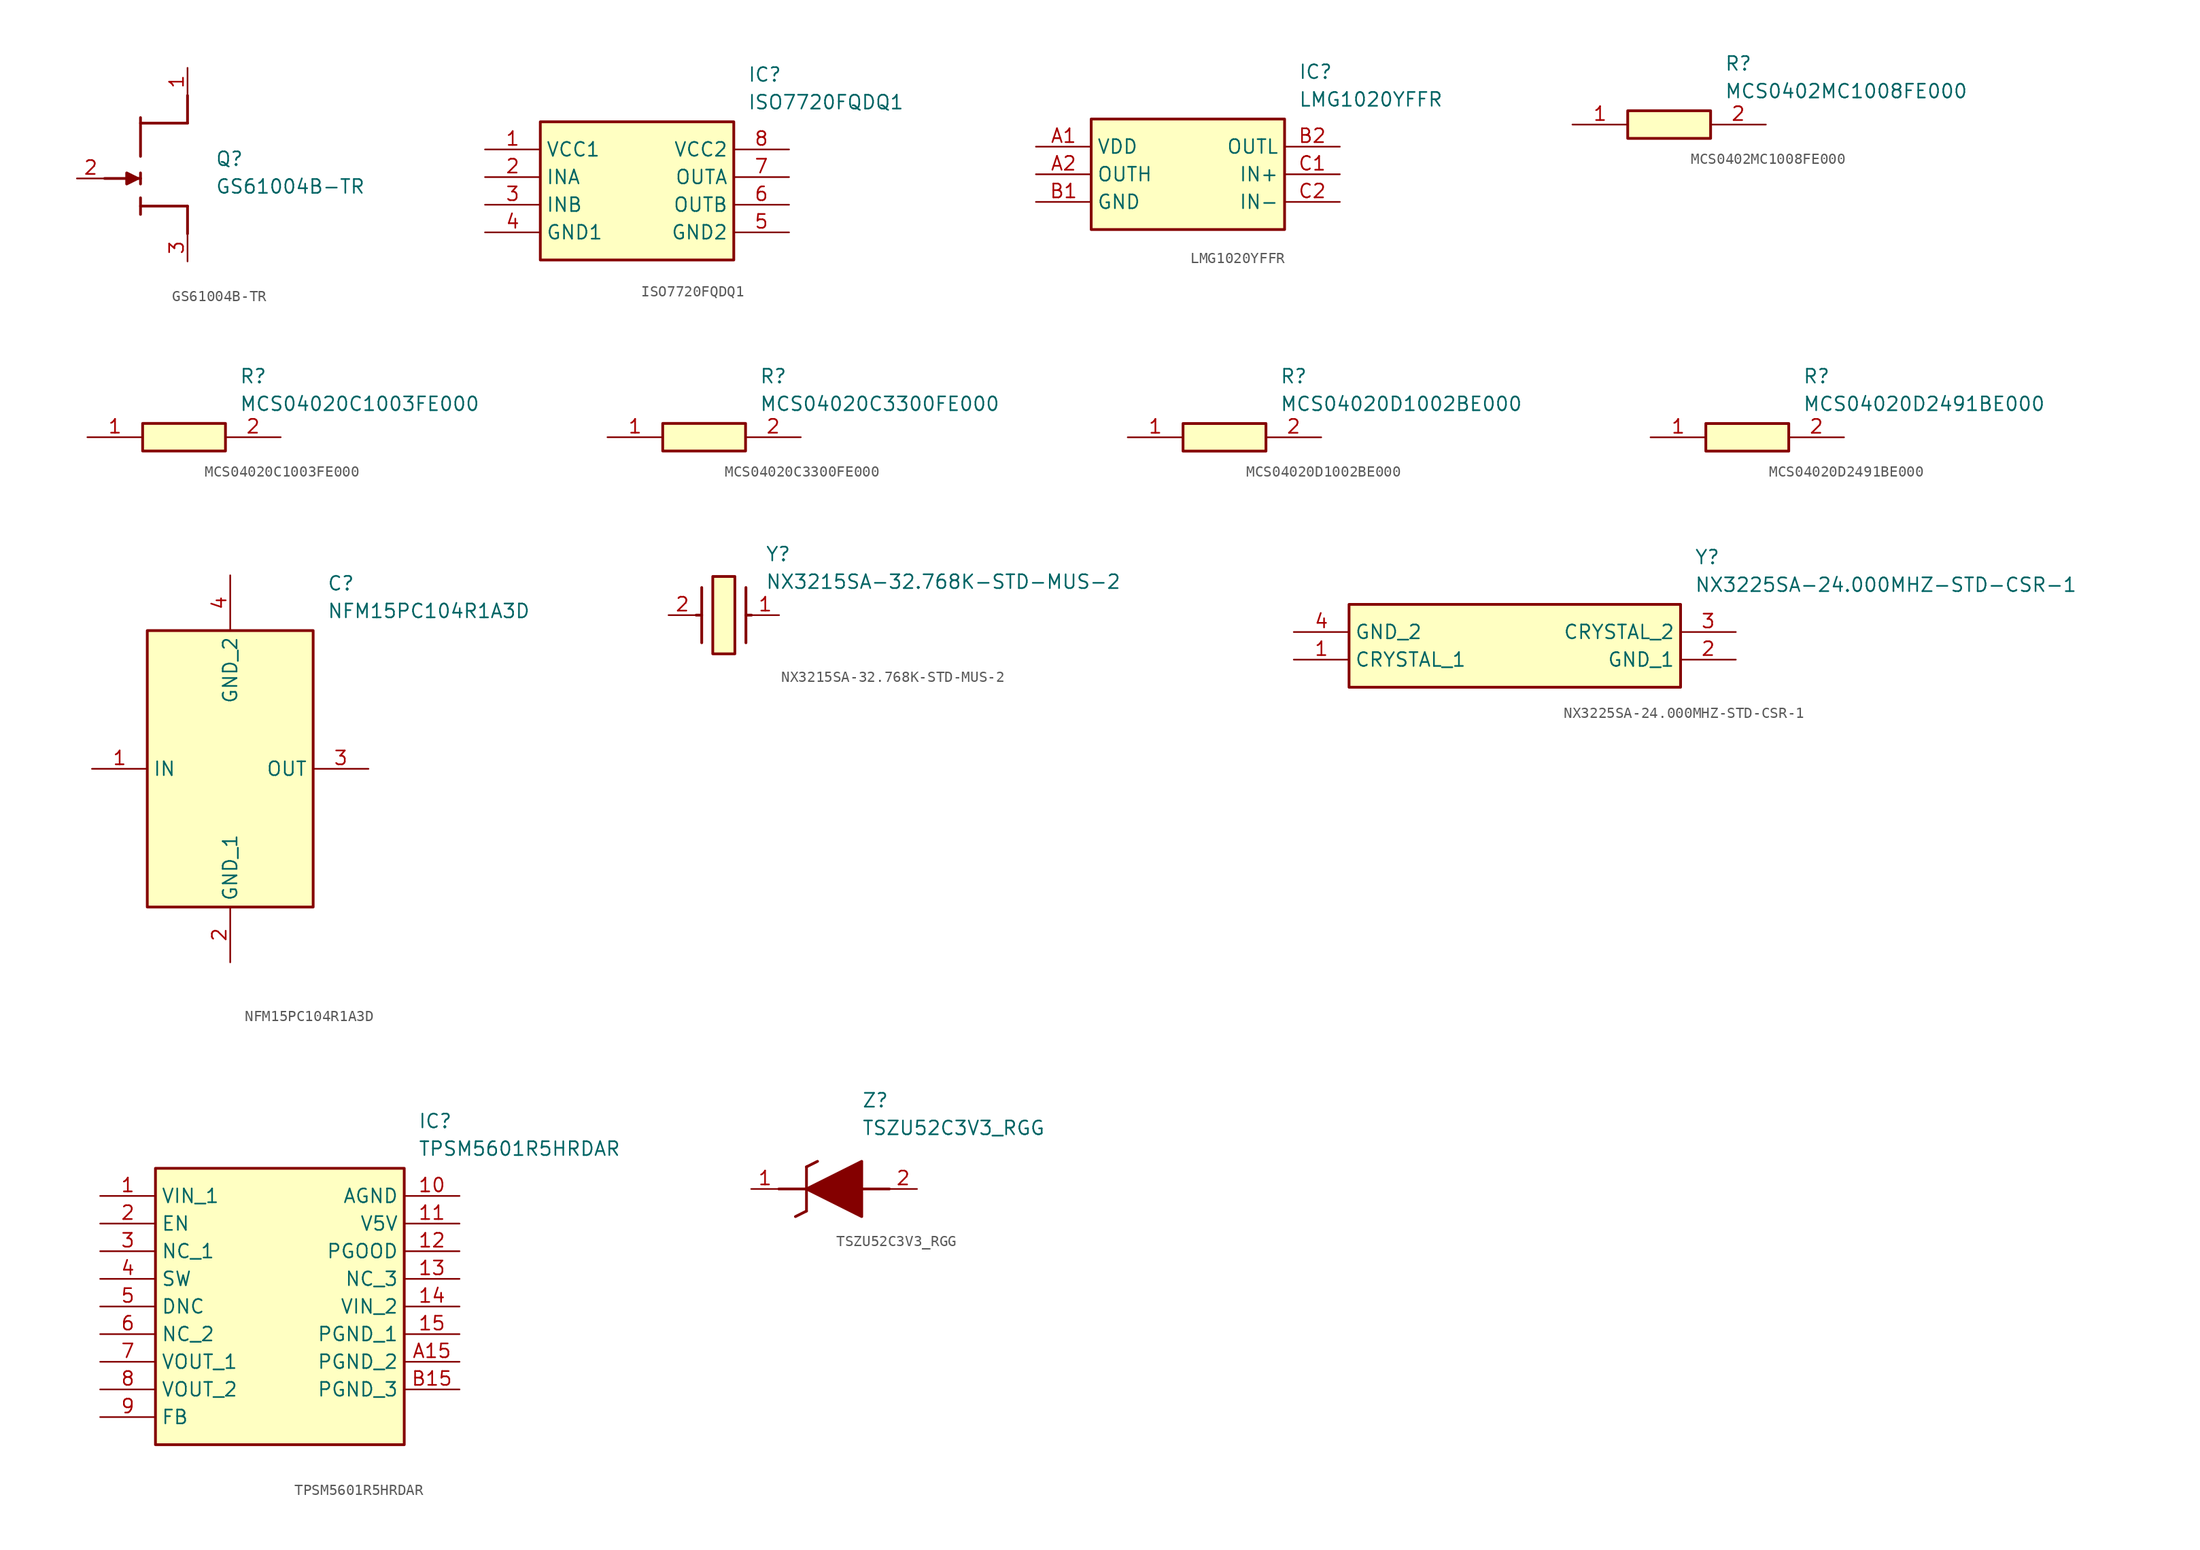
<source format=kicad_sym>
(kicad_symbol_lib
  (version 20220914)
  (generator kicad_symbol_editor)
  (symbol "GS61004B-TR"
    (pin_names hide)
    (property "Reference" "Q"
      (at 10.16 2.54 0)
      (effects (font (size 1.27 1.27)) (justify left top)))
    (property "Value" "GS61004B-TR"
      (at 10.16 0 0)
      (effects (font (size 1.27 1.27)) (justify left top)))
    (symbol "GS61004B-TR_1_1"
      (polyline (pts (xy 0 0) (xy 3.302 0)) (stroke (width 0.254) (type default)) (fill (type none)))
      (polyline (pts (xy 3.302 -3.302) (xy 3.302 -1.778)) (stroke (width 0.254) (type default)) (fill (type none)))
      (polyline (pts (xy 3.302 -2.54) (xy 7.62 -2.54)) (stroke (width 0.254) (type default)) (fill (type none)))
      (polyline (pts (xy 3.302 -0.508) (xy 3.302 0.508)) (stroke (width 0.254) (type default)) (fill (type none)))
      (polyline (pts (xy 3.302 5.588) (xy 3.302 2.032)) (stroke (width 0.254) (type default)) (fill (type none)))
      (polyline (pts (xy 7.62 -2.54) (xy 7.62 -5.08)) (stroke (width 0.254) (type default)) (fill (type none)))
      (polyline (pts (xy 7.62 5.08) (xy 3.302 5.08)) (stroke (width 0.254) (type default)) (fill (type none)))
      (polyline (pts (xy 7.62 5.08) (xy 7.62 7.62)) (stroke (width 0.254) (type default)) (fill (type none)))
      (polyline (pts (xy 3.048 0) (xy 2.032 -0.508) (xy 2.032 0.508) (xy 3.048 0)) (stroke (width 0.254) (type default)) (fill (type outline)))
      (pin passive line (at 7.62 10.16 270) (length 2.54) (name "D" (effects (font (size 1.27 1.27)))) (number "1" (effects (font (size 1.27 1.27)))))
      (pin passive line (at -2.54 0 0) (length 2.54) (name "G" (effects (font (size 1.27 1.27)))) (number "2" (effects (font (size 1.27 1.27)))))
      (pin passive line (at 7.62 -7.62 90) (length 2.54) (name "S" (effects (font (size 1.27 1.27)))) (number "3" (effects (font (size 1.27 1.27)))))))
  (symbol "ISO7720FQDQ1"
    (property "Reference" "IC"
      (at 24.13 7.62 0)
      (effects (font (size 1.27 1.27)) (justify left top)))
    (property "Value" "ISO7720FQDQ1"
      (at 24.13 5.08 0)
      (effects (font (size 1.27 1.27)) (justify left top)))
    (symbol "ISO7720FQDQ1_1_1"
      (rectangle (start 5.08 2.54) (end 22.86 -10.16) (stroke (width 0.254) (type default)) (fill (type background)))
      (pin passive line (at 0 0 0) (length 5.08) (name "VCC1" (effects (font (size 1.27 1.27)))) (number "1" (effects (font (size 1.27 1.27)))))
      (pin passive line (at 0 -2.54 0) (length 5.08) (name "INA" (effects (font (size 1.27 1.27)))) (number "2" (effects (font (size 1.27 1.27)))))
      (pin passive line (at 0 -5.08 0) (length 5.08) (name "INB" (effects (font (size 1.27 1.27)))) (number "3" (effects (font (size 1.27 1.27)))))
      (pin passive line (at 0 -7.62 0) (length 5.08) (name "GND1" (effects (font (size 1.27 1.27)))) (number "4" (effects (font (size 1.27 1.27)))))
      (pin passive line (at 27.94 -7.62 180) (length 5.08) (name "GND2" (effects (font (size 1.27 1.27)))) (number "5" (effects (font (size 1.27 1.27)))))
      (pin passive line (at 27.94 -5.08 180) (length 5.08) (name "OUTB" (effects (font (size 1.27 1.27)))) (number "6" (effects (font (size 1.27 1.27)))))
      (pin passive line (at 27.94 -2.54 180) (length 5.08) (name "OUTA" (effects (font (size 1.27 1.27)))) (number "7" (effects (font (size 1.27 1.27)))))
      (pin passive line (at 27.94 0 180) (length 5.08) (name "VCC2" (effects (font (size 1.27 1.27)))) (number "8" (effects (font (size 1.27 1.27)))))))
  (symbol "LMG1020YFFR"
    (property "Reference" "IC"
      (at 24.13 7.62 0)
      (effects (font (size 1.27 1.27)) (justify left top)))
    (property "Value" "LMG1020YFFR"
      (at 24.13 5.08 0)
      (effects (font (size 1.27 1.27)) (justify left top)))
    (symbol "LMG1020YFFR_1_1"
      (rectangle (start 5.08 2.54) (end 22.86 -7.62) (stroke (width 0.254) (type default)) (fill (type background)))
      (pin passive line (at 0 0 0) (length 5.08) (name "VDD" (effects (font (size 1.27 1.27)))) (number "A1" (effects (font (size 1.27 1.27)))))
      (pin passive line (at 0 -2.54 0) (length 5.08) (name "OUTH" (effects (font (size 1.27 1.27)))) (number "A2" (effects (font (size 1.27 1.27)))))
      (pin passive line (at 0 -5.08 0) (length 5.08) (name "GND" (effects (font (size 1.27 1.27)))) (number "B1" (effects (font (size 1.27 1.27)))))
      (pin passive line (at 27.94 0 180) (length 5.08) (name "OUTL" (effects (font (size 1.27 1.27)))) (number "B2" (effects (font (size 1.27 1.27)))))
      (pin passive line (at 27.94 -2.54 180) (length 5.08) (name "IN+" (effects (font (size 1.27 1.27)))) (number "C1" (effects (font (size 1.27 1.27)))))
      (pin passive line (at 27.94 -5.08 180) (length 5.08) (name "IN-" (effects (font (size 1.27 1.27)))) (number "C2" (effects (font (size 1.27 1.27)))))))
  (symbol "MCS0402MC1008FE000"
    (pin_names hide)
    (property "Reference" "R"
      (at 13.97 6.35 0)
      (effects (font (size 1.27 1.27)) (justify left top)))
    (property "Value" "MCS0402MC1008FE000"
      (at 13.97 3.81 0)
      (effects (font (size 1.27 1.27)) (justify left top)))
    (symbol "MCS0402MC1008FE000_1_1"
      (rectangle (start 5.08 1.27) (end 12.7 -1.27) (stroke (width 0.254) (type default)) (fill (type background)))
      (pin passive line (at 0 0 0) (length 5.08) (name "1" (effects (font (size 1.27 1.27)))) (number "1" (effects (font (size 1.27 1.27)))))
      (pin passive line (at 17.78 0 180) (length 5.08) (name "2" (effects (font (size 1.27 1.27)))) (number "2" (effects (font (size 1.27 1.27)))))))
  (symbol "MCS04020C1003FE000"
    (pin_names hide)
    (property "Reference" "R"
      (at 13.97 6.35 0)
      (effects (font (size 1.27 1.27)) (justify left top)))
    (property "Value" "MCS04020C1003FE000"
      (at 13.97 3.81 0)
      (effects (font (size 1.27 1.27)) (justify left top)))
    (symbol "MCS04020C1003FE000_1_1"
      (rectangle (start 5.08 1.27) (end 12.7 -1.27) (stroke (width 0.254) (type default)) (fill (type background)))
      (pin passive line (at 0 0 0) (length 5.08) (name "1" (effects (font (size 1.27 1.27)))) (number "1" (effects (font (size 1.27 1.27)))))
      (pin passive line (at 17.78 0 180) (length 5.08) (name "2" (effects (font (size 1.27 1.27)))) (number "2" (effects (font (size 1.27 1.27)))))))
  (symbol "MCS04020C3300FE000"
    (pin_names hide)
    (property "Reference" "R"
      (at 13.97 6.35 0)
      (effects (font (size 1.27 1.27)) (justify left top)))
    (property "Value" "MCS04020C3300FE000"
      (at 13.97 3.81 0)
      (effects (font (size 1.27 1.27)) (justify left top)))
    (symbol "MCS04020C3300FE000_1_1"
      (rectangle (start 5.08 1.27) (end 12.7 -1.27) (stroke (width 0.254) (type default)) (fill (type background)))
      (pin passive line (at 0 0 0) (length 5.08) (name "1" (effects (font (size 1.27 1.27)))) (number "1" (effects (font (size 1.27 1.27)))))
      (pin passive line (at 17.78 0 180) (length 5.08) (name "2" (effects (font (size 1.27 1.27)))) (number "2" (effects (font (size 1.27 1.27)))))))
  (symbol "MCS04020D1002BE000"
    (pin_names hide)
    (property "Reference" "R"
      (at 13.97 6.35 0)
      (effects (font (size 1.27 1.27)) (justify left top)))
    (property "Value" "MCS04020D1002BE000"
      (at 13.97 3.81 0)
      (effects (font (size 1.27 1.27)) (justify left top)))
    (symbol "MCS04020D1002BE000_1_1"
      (rectangle (start 5.08 1.27) (end 12.7 -1.27) (stroke (width 0.254) (type default)) (fill (type background)))
      (pin passive line (at 0 0 0) (length 5.08) (name "1" (effects (font (size 1.27 1.27)))) (number "1" (effects (font (size 1.27 1.27)))))
      (pin passive line (at 17.78 0 180) (length 5.08) (name "2" (effects (font (size 1.27 1.27)))) (number "2" (effects (font (size 1.27 1.27)))))))
  (symbol "MCS04020D2491BE000"
    (pin_names hide)
    (property "Reference" "R"
      (at 13.97 6.35 0)
      (effects (font (size 1.27 1.27)) (justify left top)))
    (property "Value" "MCS04020D2491BE000"
      (at 13.97 3.81 0)
      (effects (font (size 1.27 1.27)) (justify left top)))
    (symbol "MCS04020D2491BE000_1_1"
      (rectangle (start 5.08 1.27) (end 12.7 -1.27) (stroke (width 0.254) (type default)) (fill (type background)))
      (pin passive line (at 0 0 0) (length 5.08) (name "1" (effects (font (size 1.27 1.27)))) (number "1" (effects (font (size 1.27 1.27)))))
      (pin passive line (at 17.78 0 180) (length 5.08) (name "2" (effects (font (size 1.27 1.27)))) (number "2" (effects (font (size 1.27 1.27)))))))
  (symbol "NFM15PC104R1A3D"
    (property "Reference" "C"
      (at 21.59 17.78 0)
      (effects (font (size 1.27 1.27)) (justify left top)))
    (property "Value" "NFM15PC104R1A3D"
      (at 21.59 15.24 0)
      (effects (font (size 1.27 1.27)) (justify left top)))
    (symbol "NFM15PC104R1A3D_1_1"
      (rectangle (start 5.08 12.7) (end 20.32 -12.7) (stroke (width 0.254) (type default)) (fill (type background)))
      (pin passive line (at 0 0 0) (length 5.08) (name "IN" (effects (font (size 1.27 1.27)))) (number "1" (effects (font (size 1.27 1.27)))))
      (pin passive line (at 12.7 -17.78 90) (length 5.08) (name "GND_1" (effects (font (size 1.27 1.27)))) (number "2" (effects (font (size 1.27 1.27)))))
      (pin passive line (at 25.4 0 180) (length 5.08) (name "OUT" (effects (font (size 1.27 1.27)))) (number "3" (effects (font (size 1.27 1.27)))))
      (pin passive line (at 12.7 17.78 270) (length 5.08) (name "GND_2" (effects (font (size 1.27 1.27)))) (number "4" (effects (font (size 1.27 1.27)))))))
  (symbol "NX3215SA-32.768K-STD-MUS-2"
    (pin_names hide)
    (property "Reference" "Y"
      (at 8.89 6.35 0)
      (effects (font (size 1.27 1.27)) (justify left top)))
    (property "Value" "NX3215SA-32.768K-STD-MUS-2"
      (at 8.89 3.81 0)
      (effects (font (size 1.27 1.27)) (justify left top)))
    (symbol "NX3215SA-32.768K-STD-MUS-2_1_1"
      (polyline (pts (xy 3.048 0) (xy 2.54 0)) (stroke (width 0.254) (type default)) (fill (type none)))
      (polyline (pts (xy 3.048 2.54) (xy 3.048 -2.54)) (stroke (width 0.254) (type default)) (fill (type none)))
      (polyline (pts (xy 7.112 0) (xy 7.62 0)) (stroke (width 0.254) (type default)) (fill (type none)))
      (polyline (pts (xy 7.112 2.54) (xy 7.112 -2.54)) (stroke (width 0.254) (type default)) (fill (type none)))
      (rectangle (start 4.064 3.556) (end 6.096 -3.556) (stroke (width 0.254) (type default)) (fill (type background)))
      (pin passive line (at 10.16 0 180) (length 2.54) (name "1" (effects (font (size 1.27 1.27)))) (number "1" (effects (font (size 1.27 1.27)))))
      (pin passive line (at 0 0 0) (length 2.54) (name "2" (effects (font (size 1.27 1.27)))) (number "2" (effects (font (size 1.27 1.27)))))))
  (symbol "NX3225SA-24.000MHZ-STD-CSR-1"
    (property "Reference" "Y"
      (at 36.83 7.62 0)
      (effects (font (size 1.27 1.27)) (justify left top)))
    (property "Value" "NX3225SA-24.000MHZ-STD-CSR-1"
      (at 36.83 5.08 0)
      (effects (font (size 1.27 1.27)) (justify left top)))
    (symbol "NX3225SA-24.000MHZ-STD-CSR-1_1_1"
      (rectangle (start 5.08 2.54) (end 35.56 -5.08) (stroke (width 0.254) (type default)) (fill (type background)))
      (pin passive line (at 0 -2.54 0) (length 5.08) (name "CRYSTAL_1" (effects (font (size 1.27 1.27)))) (number "1" (effects (font (size 1.27 1.27)))))
      (pin passive line (at 40.64 -2.54 180) (length 5.08) (name "GND_1" (effects (font (size 1.27 1.27)))) (number "2" (effects (font (size 1.27 1.27)))))
      (pin passive line (at 40.64 0 180) (length 5.08) (name "CRYSTAL_2" (effects (font (size 1.27 1.27)))) (number "3" (effects (font (size 1.27 1.27)))))
      (pin passive line (at 0 0 0) (length 5.08) (name "GND_2" (effects (font (size 1.27 1.27)))) (number "4" (effects (font (size 1.27 1.27)))))))
  (symbol "TPSM5601R5HRDAR"
    (property "Reference" "IC"
      (at 29.21 7.62 0)
      (effects (font (size 1.27 1.27)) (justify left top)))
    (property "Value" "TPSM5601R5HRDAR"
      (at 29.21 5.08 0)
      (effects (font (size 1.27 1.27)) (justify left top)))
    (symbol "TPSM5601R5HRDAR_1_1"
      (rectangle (start 5.08 2.54) (end 27.94 -22.86) (stroke (width 0.254) (type default)) (fill (type background)))
      (pin passive line (at 0 0 0) (length 5.08) (name "VIN_1" (effects (font (size 1.27 1.27)))) (number "1" (effects (font (size 1.27 1.27)))))
      (pin passive line (at 33.02 0 180) (length 5.08) (name "AGND" (effects (font (size 1.27 1.27)))) (number "10" (effects (font (size 1.27 1.27)))))
      (pin passive line (at 33.02 -2.54 180) (length 5.08) (name "V5V" (effects (font (size 1.27 1.27)))) (number "11" (effects (font (size 1.27 1.27)))))
      (pin passive line (at 33.02 -5.08 180) (length 5.08) (name "PGOOD" (effects (font (size 1.27 1.27)))) (number "12" (effects (font (size 1.27 1.27)))))
      (pin passive line (at 33.02 -7.62 180) (length 5.08) (name "NC_3" (effects (font (size 1.27 1.27)))) (number "13" (effects (font (size 1.27 1.27)))))
      (pin passive line (at 33.02 -10.16 180) (length 5.08) (name "VIN_2" (effects (font (size 1.27 1.27)))) (number "14" (effects (font (size 1.27 1.27)))))
      (pin passive line (at 33.02 -12.7 180) (length 5.08) (name "PGND_1" (effects (font (size 1.27 1.27)))) (number "15" (effects (font (size 1.27 1.27)))))
      (pin passive line (at 0 -2.54 0) (length 5.08) (name "EN" (effects (font (size 1.27 1.27)))) (number "2" (effects (font (size 1.27 1.27)))))
      (pin passive line (at 0 -5.08 0) (length 5.08) (name "NC_1" (effects (font (size 1.27 1.27)))) (number "3" (effects (font (size 1.27 1.27)))))
      (pin passive line (at 0 -7.62 0) (length 5.08) (name "SW" (effects (font (size 1.27 1.27)))) (number "4" (effects (font (size 1.27 1.27)))))
      (pin passive line (at 0 -10.16 0) (length 5.08) (name "DNC" (effects (font (size 1.27 1.27)))) (number "5" (effects (font (size 1.27 1.27)))))
      (pin passive line (at 0 -12.7 0) (length 5.08) (name "NC_2" (effects (font (size 1.27 1.27)))) (number "6" (effects (font (size 1.27 1.27)))))
      (pin passive line (at 0 -15.24 0) (length 5.08) (name "VOUT_1" (effects (font (size 1.27 1.27)))) (number "7" (effects (font (size 1.27 1.27)))))
      (pin passive line (at 0 -17.78 0) (length 5.08) (name "VOUT_2" (effects (font (size 1.27 1.27)))) (number "8" (effects (font (size 1.27 1.27)))))
      (pin passive line (at 0 -20.32 0) (length 5.08) (name "FB" (effects (font (size 1.27 1.27)))) (number "9" (effects (font (size 1.27 1.27)))))
      (pin passive line (at 33.02 -15.24 180) (length 5.08) (name "PGND_2" (effects (font (size 1.27 1.27)))) (number "A15" (effects (font (size 1.27 1.27)))))
      (pin passive line (at 33.02 -17.78 180) (length 5.08) (name "PGND_3" (effects (font (size 1.27 1.27)))) (number "B15" (effects (font (size 1.27 1.27)))))))
  (symbol "TSZU52C3V3_RGG"
    (pin_names hide)
    (property "Reference" "Z"
      (at 10.16 8.89 0)
      (effects (font (size 1.27 1.27)) (justify left top)))
    (property "Value" "TSZU52C3V3_RGG"
      (at 10.16 6.35 0)
      (effects (font (size 1.27 1.27)) (justify left top)))
    (symbol "TSZU52C3V3_RGG_1_1"
      (polyline (pts (xy 2.54 0) (xy 5.08 0)) (stroke (width 0.254) (type default)) (fill (type none)))
      (polyline (pts (xy 4.064 -2.54) (xy 5.08 -2.032)) (stroke (width 0.254) (type default)) (fill (type none)))
      (polyline (pts (xy 5.08 2.032) (xy 5.08 -2.032)) (stroke (width 0.254) (type default)) (fill (type none)))
      (polyline (pts (xy 5.08 2.032) (xy 6.096 2.54)) (stroke (width 0.254) (type default)) (fill (type none)))
      (polyline (pts (xy 12.7 0) (xy 10.16 0)) (stroke (width 0.254) (type default)) (fill (type none)))
      (polyline (pts (xy 5.08 0) (xy 10.16 2.54) (xy 10.16 -2.54) (xy 5.08 0)) (stroke (width 0.254) (type default)) (fill (type outline)))
      (pin passive line (at 0 0 0) (length 2.54) (name "K" (effects (font (size 1.27 1.27)))) (number "1" (effects (font (size 1.27 1.27)))))
      (pin passive line (at 15.24 0 180) (length 2.54) (name "A" (effects (font (size 1.27 1.27)))) (number "2" (effects (font (size 1.27 1.27))))))))
</source>
